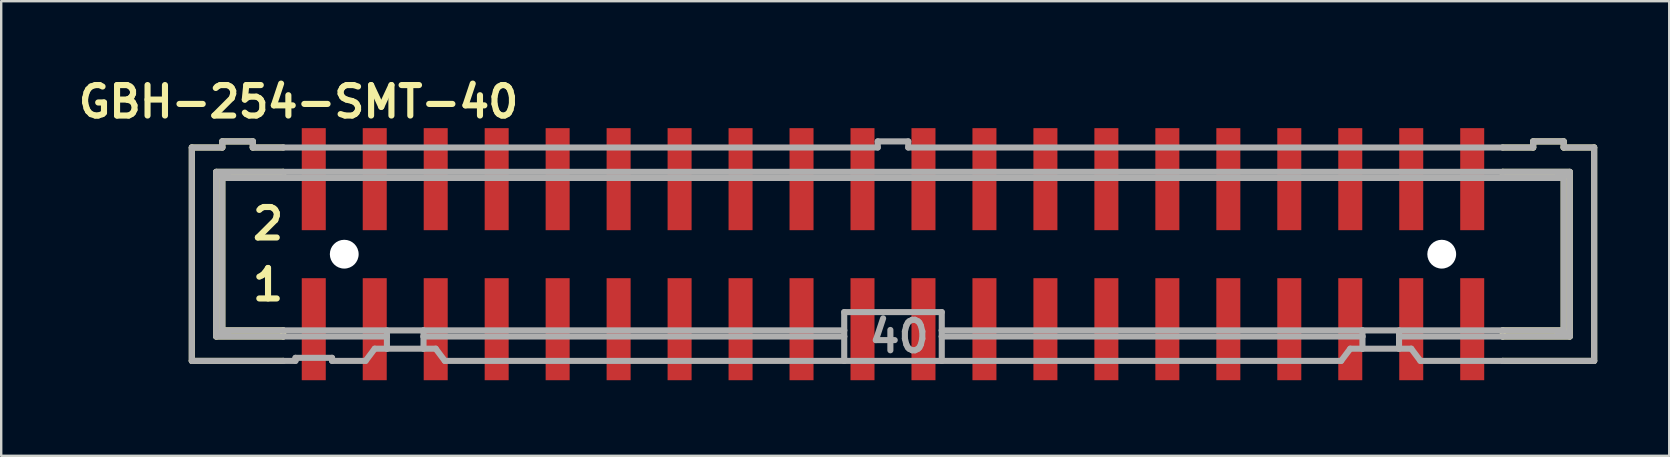
<source format=kicad_pcb>
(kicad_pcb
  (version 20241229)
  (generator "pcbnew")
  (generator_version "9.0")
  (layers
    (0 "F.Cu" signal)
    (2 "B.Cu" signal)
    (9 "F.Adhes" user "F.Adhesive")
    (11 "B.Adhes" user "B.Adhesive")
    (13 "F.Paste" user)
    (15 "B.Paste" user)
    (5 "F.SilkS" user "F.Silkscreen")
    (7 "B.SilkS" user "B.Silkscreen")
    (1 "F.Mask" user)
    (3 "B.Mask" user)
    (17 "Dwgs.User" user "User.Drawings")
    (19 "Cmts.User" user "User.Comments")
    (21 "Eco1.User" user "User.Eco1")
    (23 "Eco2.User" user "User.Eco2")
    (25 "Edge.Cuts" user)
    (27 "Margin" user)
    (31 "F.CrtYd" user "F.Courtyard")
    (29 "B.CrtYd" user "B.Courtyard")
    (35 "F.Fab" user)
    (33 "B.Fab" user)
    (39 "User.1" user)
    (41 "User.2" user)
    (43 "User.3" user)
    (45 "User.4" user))
  (footprint "GBH-254-SMT-40"
    (layer "F.Cu")
    (at 34.151 7.539)
    (property "Reference" "GBH-254-SMT-40" (at -24.765 -6.35 0) (layer "F.SilkS") (effects (font (size 1.27 1.27) (thickness 0.254))))
    (attr smd)
    (fp_line (start -29.21 -4.445) (end -29.21 4.445) (stroke (width 0.254) (type solid)) (layer "F.SilkS"))
    (fp_line (start -29.21 -4.445) (end -27.94 -4.445) (stroke (width 0.254) (type solid)) (layer "F.SilkS"))
    (fp_line (start -29.21 4.445) (end -25.4 4.445) (stroke (width 0.254) (type solid)) (layer "F.SilkS"))
    (fp_line (start -28.194 -3.429) (end -28.194 3.429) (stroke (width 0.254) (type solid)) (layer "F.SilkS"))
    (fp_line (start -28.194 3.429) (end -25.4 3.429) (stroke (width 0.254) (type solid)) (layer "F.SilkS"))
    (fp_line (start -28.1 -3.3) (end -27.7 -3.3) (stroke (width 0.254) (type solid)) (layer "F.SilkS"))
    (fp_line (start -28.1 3.3) (end -27.7 3.3) (stroke (width 0.254) (type solid)) (layer "F.SilkS"))
    (fp_line (start -27.94 -4.699) (end -27.94 -4.445) (stroke (width 0.254) (type solid)) (layer "F.SilkS"))
    (fp_line (start -27.94 -3.175) (end -27.94 3.175) (stroke (width 0.254) (type solid)) (layer "F.SilkS"))
    (fp_line (start -27.94 -3.175) (end -25.4 -3.175) (stroke (width 0.254) (type solid)) (layer "F.SilkS"))
    (fp_line (start -26.67 -4.699) (end -27.94 -4.699) (stroke (width 0.254) (type solid)) (layer "F.SilkS"))
    (fp_line (start -26.67 -4.699) (end -26.67 -4.445) (stroke (width 0.254) (type solid)) (layer "F.SilkS"))
    (fp_line (start -26.67 -4.445) (end -25.4 -4.445) (stroke (width 0.254) (type solid)) (layer "F.SilkS"))
    (fp_line (start -25.4 -3.429) (end -28.194 -3.429) (stroke (width 0.254) (type solid)) (layer "F.SilkS"))
    (fp_line (start -25.4 -3.429) (end -25.4 -3.175) (stroke (width 0.254) (type solid)) (layer "F.SilkS"))
    (fp_line (start -25.4 3.175) (end -27.94 3.175) (stroke (width 0.254) (type solid)) (layer "F.SilkS"))
    (fp_line (start -25.4 3.175) (end -25.4 3.429) (stroke (width 0.254) (type solid)) (layer "F.SilkS"))
    (fp_line (start 25.4 -4.445) (end 26.67 -4.445) (stroke (width 0.254) (type solid)) (layer "F.SilkS"))
    (fp_line (start 25.4 -3.429) (end 25.4 -3.175) (stroke (width 0.254) (type solid)) (layer "F.SilkS"))
    (fp_line (start 25.4 -3.175) (end 27.94 -3.175) (stroke (width 0.254) (type solid)) (layer "F.SilkS"))
    (fp_line (start 25.4 3.175) (end 25.4 3.429) (stroke (width 0.254) (type solid)) (layer "F.SilkS"))
    (fp_line (start 25.4 3.429) (end 28.194 3.429) (stroke (width 0.254) (type solid)) (layer "F.SilkS"))
    (fp_line (start 26.67 -4.445) (end 26.67 -4.699) (stroke (width 0.254) (type solid)) (layer "F.SilkS"))
    (fp_line (start 27.7 -3.3) (end 28.1 -3.3) (stroke (width 0.254) (type solid)) (layer "F.SilkS"))
    (fp_line (start 27.7 3.3) (end 28.1 3.3) (stroke (width 0.254) (type solid)) (layer "F.SilkS"))
    (fp_line (start 27.94 -4.699) (end 26.67 -4.699) (stroke (width 0.254) (type solid)) (layer "F.SilkS"))
    (fp_line (start 27.94 -4.445) (end 27.94 -4.699) (stroke (width 0.254) (type solid)) (layer "F.SilkS"))
    (fp_line (start 27.94 -4.445) (end 29.21 -4.445) (stroke (width 0.254) (type solid)) (layer "F.SilkS"))
    (fp_line (start 27.94 3.175) (end 25.4 3.175) (stroke (width 0.254) (type solid)) (layer "F.SilkS"))
    (fp_line (start 27.94 3.175) (end 27.94 -3.175) (stroke (width 0.254) (type solid)) (layer "F.SilkS"))
    (fp_line (start 28.194 -3.429) (end 25.4 -3.429) (stroke (width 0.254) (type solid)) (layer "F.SilkS"))
    (fp_line (start 28.194 3.429) (end 28.194 -3.429) (stroke (width 0.254) (type solid)) (layer "F.SilkS"))
    (fp_line (start 29.21 4.445) (end 25.4 4.445) (stroke (width 0.254) (type solid)) (layer "F.SilkS"))
    (fp_line (start 29.21 4.445) (end 29.21 -4.445) (stroke (width 0.254) (type solid)) (layer "F.SilkS"))
    (fp_line (start -29.21 -4.445) (end -29.21 4.445) (stroke (width 0.254) (type solid)) (layer "F.Fab"))
    (fp_line (start -29.21 -4.445) (end -27.94 -4.445) (stroke (width 0.254) (type solid)) (layer "F.Fab"))
    (fp_line (start -29.21 4.445) (end -25.4 4.445) (stroke (width 0.254) (type solid)) (layer "F.Fab"))
    (fp_line (start -28.194 -3.429) (end -28.194 3.429) (stroke (width 0.254) (type solid)) (layer "F.Fab"))
    (fp_line (start -28.194 3.429) (end -25.4 3.429) (stroke (width 0.254) (type solid)) (layer "F.Fab"))
    (fp_line (start -28.1 -3.3) (end -27.7 -3.3) (stroke (width 0.254) (type solid)) (layer "F.Fab"))
    (fp_line (start -28.1 3.3) (end -27.7 3.3) (stroke (width 0.254) (type solid)) (layer "F.Fab"))
    (fp_line (start -27.94 -4.699) (end -27.94 -4.445) (stroke (width 0.254) (type solid)) (layer "F.Fab"))
    (fp_line (start -27.94 -3.175) (end -27.94 3.175) (stroke (width 0.254) (type solid)) (layer "F.Fab"))
    (fp_line (start -27.94 -3.175) (end -25.4 -3.175) (stroke (width 0.254) (type solid)) (layer "F.Fab"))
    (fp_line (start -26.67 -4.699) (end -27.94 -4.699) (stroke (width 0.254) (type solid)) (layer "F.Fab"))
    (fp_line (start -26.67 -4.699) (end -26.67 -4.445) (stroke (width 0.254) (type solid)) (layer "F.Fab"))
    (fp_line (start -26.67 -4.445) (end -25.4 -4.445) (stroke (width 0.254) (type solid)) (layer "F.Fab"))
    (fp_line (start -25.4 -4.445) (end -0.635 -4.445) (stroke (width 0.254) (type solid)) (layer "F.Fab"))
    (fp_line (start -25.4 -3.429) (end -28.194 -3.429) (stroke (width 0.254) (type solid)) (layer "F.Fab"))
    (fp_line (start -25.4 -3.175) (end 25.4 -3.175) (stroke (width 0.254) (type solid)) (layer "F.Fab"))
    (fp_line (start -25.4 3.175) (end -27.94 3.175) (stroke (width 0.254) (type solid)) (layer "F.Fab"))
    (fp_line (start -25.4 3.429) (end -21.082 3.429) (stroke (width 0.254) (type solid)) (layer "F.Fab"))
    (fp_line (start -25.4 4.445) (end -24.892 4.445) (stroke (width 0.254) (type solid)) (layer "F.Fab"))
    (fp_line (start -24.892 4.318) (end -24.892 4.445) (stroke (width 0.254) (type solid)) (layer "F.Fab"))
    (fp_line (start -24.892 4.318) (end -23.368 4.318) (stroke (width 0.254) (type solid)) (layer "F.Fab"))
    (fp_line (start -23.368 4.445) (end -23.368 4.318) (stroke (width 0.254) (type solid)) (layer "F.Fab"))
    (fp_line (start -23.368 4.445) (end -21.971 4.445) (stroke (width 0.254) (type solid)) (layer "F.Fab"))
    (fp_line (start -21.971 4.445) (end -21.59 3.937) (stroke (width 0.254) (type solid)) (layer "F.Fab"))
    (fp_line (start -21.082 3.175) (end -21.082 3.429) (stroke (width 0.254) (type solid)) (layer "F.Fab"))
    (fp_line (start -21.082 3.429) (end -21.082 3.937) (stroke (width 0.254) (type solid)) (layer "F.Fab"))
    (fp_line (start -21.082 3.937) (end -21.59 3.937) (stroke (width 0.254) (type solid)) (layer "F.Fab"))
    (fp_line (start -19.558 3.175) (end -25.4 3.175) (stroke (width 0.254) (type solid)) (layer "F.Fab"))
    (fp_line (start -19.558 3.175) (end -19.558 3.429) (stroke (width 0.254) (type solid)) (layer "F.Fab"))
    (fp_line (start -19.558 3.429) (end -19.558 3.937) (stroke (width 0.254) (type solid)) (layer "F.Fab"))
    (fp_line (start -19.558 3.429) (end -2.032 3.429) (stroke (width 0.254) (type solid)) (layer "F.Fab"))
    (fp_line (start -19.558 3.937) (end -21.082 3.937) (stroke (width 0.254) (type solid)) (layer "F.Fab"))
    (fp_line (start -19.05 3.937) (end -19.558 3.937) (stroke (width 0.254) (type solid)) (layer "F.Fab"))
    (fp_line (start -19.05 3.937) (end -18.669 4.445) (stroke (width 0.254) (type solid)) (layer "F.Fab"))
    (fp_line (start -18.669 4.445) (end -2.032 4.445) (stroke (width 0.254) (type solid)) (layer "F.Fab"))
    (fp_line (start -2.032 3.175) (end -19.558 3.175) (stroke (width 0.254) (type solid)) (layer "F.Fab"))
    (fp_line (start -2.032 3.175) (end -2.032 2.413) (stroke (width 0.254) (type solid)) (layer "F.Fab"))
    (fp_line (start -2.032 3.175) (end -2.032 3.429) (stroke (width 0.254) (type solid)) (layer "F.Fab"))
    (fp_line (start -2.032 3.429) (end -2.032 4.445) (stroke (width 0.254) (type solid)) (layer "F.Fab"))
    (fp_line (start -0.635 -4.699) (end -0.635 -4.445) (stroke (width 0.254) (type solid)) (layer "F.Fab"))
    (fp_line (start 0.635 -4.699) (end -0.635 -4.699) (stroke (width 0.254) (type solid)) (layer "F.Fab"))
    (fp_line (start 0.635 -4.699) (end 0.635 -4.445) (stroke (width 0.254) (type solid)) (layer "F.Fab"))
    (fp_line (start 0.635 -4.445) (end 25.4 -4.445) (stroke (width 0.254) (type solid)) (layer "F.Fab"))
    (fp_line (start 2.032 2.413) (end -2.032 2.413) (stroke (width 0.254) (type solid)) (layer "F.Fab"))
    (fp_line (start 2.032 2.413) (end 2.032 3.175) (stroke (width 0.254) (type solid)) (layer "F.Fab"))
    (fp_line (start 2.032 3.175) (end 2.032 3.429) (stroke (width 0.254) (type solid)) (layer "F.Fab"))
    (fp_line (start 2.032 3.429) (end 2.032 4.445) (stroke (width 0.254) (type solid)) (layer "F.Fab"))
    (fp_line (start 2.032 4.445) (end -2.032 4.445) (stroke (width 0.254) (type solid)) (layer "F.Fab"))
    (fp_line (start 18.669 4.445) (end 2.032 4.445) (stroke (width 0.254) (type solid)) (layer "F.Fab"))
    (fp_line (start 18.669 4.445) (end 19.05 3.937) (stroke (width 0.254) (type solid)) (layer "F.Fab"))
    (fp_line (start 19.558 3.175) (end 2.032 3.175) (stroke (width 0.254) (type solid)) (layer "F.Fab"))
    (fp_line (start 19.558 3.175) (end 19.558 3.429) (stroke (width 0.254) (type solid)) (layer "F.Fab"))
    (fp_line (start 19.558 3.429) (end 2.032 3.429) (stroke (width 0.254) (type solid)) (layer "F.Fab"))
    (fp_line (start 19.558 3.429) (end 19.558 3.937) (stroke (width 0.254) (type solid)) (layer "F.Fab"))
    (fp_line (start 19.558 3.937) (end 19.05 3.937) (stroke (width 0.254) (type solid)) (layer "F.Fab"))
    (fp_line (start 21.082 3.175) (end 21.082 3.429) (stroke (width 0.254) (type solid)) (layer "F.Fab"))
    (fp_line (start 21.082 3.429) (end 21.082 3.937) (stroke (width 0.254) (type solid)) (layer "F.Fab"))
    (fp_line (start 21.082 3.429) (end 25.4 3.429) (stroke (width 0.254) (type solid)) (layer "F.Fab"))
    (fp_line (start 21.082 3.937) (end 19.558 3.937) (stroke (width 0.254) (type solid)) (layer "F.Fab"))
    (fp_line (start 21.59 3.937) (end 21.082 3.937) (stroke (width 0.254) (type solid)) (layer "F.Fab"))
    (fp_line (start 21.59 3.937) (end 21.971 4.445) (stroke (width 0.254) (type solid)) (layer "F.Fab"))
    (fp_line (start 25.4 -4.445) (end 26.67 -4.445) (stroke (width 0.254) (type solid)) (layer "F.Fab"))
    (fp_line (start 25.4 -3.429) (end -25.4 -3.429) (stroke (width 0.254) (type solid)) (layer "F.Fab"))
    (fp_line (start 25.4 -3.175) (end 27.94 -3.175) (stroke (width 0.254) (type solid)) (layer "F.Fab"))
    (fp_line (start 25.4 3.175) (end 19.558 3.175) (stroke (width 0.254) (type solid)) (layer "F.Fab"))
    (fp_line (start 25.4 3.429) (end 28.194 3.429) (stroke (width 0.254) (type solid)) (layer "F.Fab"))
    (fp_line (start 25.4 4.445) (end 21.971 4.445) (stroke (width 0.254) (type solid)) (layer "F.Fab"))
    (fp_line (start 26.67 -4.445) (end 26.67 -4.699) (stroke (width 0.254) (type solid)) (layer "F.Fab"))
    (fp_line (start 27.7 -3.3) (end 28.1 -3.3) (stroke (width 0.254) (type solid)) (layer "F.Fab"))
    (fp_line (start 27.7 3.3) (end 28.1 3.3) (stroke (width 0.254) (type solid)) (layer "F.Fab"))
    (fp_line (start 27.94 -4.699) (end 26.67 -4.699) (stroke (width 0.254) (type solid)) (layer "F.Fab"))
    (fp_line (start 27.94 -4.445) (end 27.94 -4.699) (stroke (width 0.254) (type solid)) (layer "F.Fab"))
    (fp_line (start 27.94 -4.445) (end 29.21 -4.445) (stroke (width 0.254) (type solid)) (layer "F.Fab"))
    (fp_line (start 27.94 3.175) (end 25.4 3.175) (stroke (width 0.254) (type solid)) (layer "F.Fab"))
    (fp_line (start 27.94 3.175) (end 27.94 -3.175) (stroke (width 0.254) (type solid)) (layer "F.Fab"))
    (fp_line (start 28.194 -3.429) (end 25.4 -3.429) (stroke (width 0.254) (type solid)) (layer "F.Fab"))
    (fp_line (start 28.194 3.429) (end 28.194 -3.429) (stroke (width 0.254) (type solid)) (layer "F.Fab"))
    (fp_line (start 29.21 4.445) (end 25.4 4.445) (stroke (width 0.254) (type solid)) (layer "F.Fab"))
    (fp_line (start 29.21 4.445) (end 29.21 -4.445) (stroke (width 0.254) (type solid)) (layer "F.Fab"))
    (fp_text user "2" (at -26.035 -1.27 0) (layer "F.SilkS") (effects (font (size 1.27 1.27) (thickness 0.254))))
    (fp_text user "1" (at -26.035 1.27 0) (layer "F.SilkS") (effects (font (size 1.27 1.27) (thickness 0.254))))
    (fp_text user "40" (at 0.254 3.429 0) (layer "F.Fab") (effects (font (size 1.27 1.27) (thickness 0.254))))
    (pad "" smd rect (at -24.13 -3.125) (size 1.7 4.55) (layers "F.Paste"))
    (pad "" smd rect (at -24.13 3.125) (size 1.7 4.55) (layers "F.Paste"))
    (pad "" np_thru_hole circle (at -22.86 0) (size 1.2 1.2) (drill 1.2) (layers "*.Cu" "*.Mask"))
    (pad "" smd rect (at -21.59 -3.125) (size 1.7 4.55) (layers "F.Paste"))
    (pad "" smd rect (at -21.59 3.125) (size 1.7 4.55) (layers "F.Paste"))
    (pad "" smd rect (at -19.05 -3.125) (size 1.7 4.55) (layers "F.Paste"))
    (pad "" smd rect (at -19.05 3.125) (size 1.7 4.55) (layers "F.Paste"))
    (pad "" smd rect (at -16.51 -3.125) (size 1.7 4.55) (layers "F.Paste"))
    (pad "" smd rect (at -16.51 3.125) (size 1.7 4.55) (layers "F.Paste"))
    (pad "" smd rect (at -13.97 -3.125) (size 1.7 4.55) (layers "F.Paste"))
    (pad "" smd rect (at -13.97 3.125) (size 1.7 4.55) (layers "F.Paste"))
    (pad "" smd rect (at -11.43 -3.125) (size 1.7 4.55) (layers "F.Paste"))
    (pad "" smd rect (at -11.43 3.125) (size 1.7 4.55) (layers "F.Paste"))
    (pad "" smd rect (at -8.89 -3.125) (size 1.7 4.55) (layers "F.Paste"))
    (pad "" smd rect (at -8.89 3.125) (size 1.7 4.55) (layers "F.Paste"))
    (pad "" smd rect (at -6.35 -3.125) (size 1.7 4.55) (layers "F.Paste"))
    (pad "" smd rect (at -6.35 3.125) (size 1.7 4.55) (layers "F.Paste"))
    (pad "" smd rect (at -3.81 -3.125) (size 1.7 4.55) (layers "F.Paste"))
    (pad "" smd rect (at -3.81 3.125) (size 1.7 4.55) (layers "F.Paste"))
    (pad "" smd rect (at -1.27 -3.125) (size 1.7 4.55) (layers "F.Paste"))
    (pad "" smd rect (at -1.27 3.125) (size 1.7 4.55) (layers "F.Paste"))
    (pad "" smd rect (at 1.27 -3.125) (size 1.7 4.55) (layers "F.Paste"))
    (pad "" smd rect (at 1.27 3.125) (size 1.7 4.55) (layers "F.Paste"))
    (pad "" smd rect (at 3.81 -3.125) (size 1.7 4.55) (layers "F.Paste"))
    (pad "" smd rect (at 3.81 3.125) (size 1.7 4.55) (layers "F.Paste"))
    (pad "" smd rect (at 6.35 -3.125) (size 1.7 4.55) (layers "F.Paste"))
    (pad "" smd rect (at 6.35 3.125) (size 1.7 4.55) (layers "F.Paste"))
    (pad "" smd rect (at 8.89 -3.125) (size 1.7 4.55) (layers "F.Paste"))
    (pad "" smd rect (at 8.89 3.125) (size 1.7 4.55) (layers "F.Paste"))
    (pad "" smd rect (at 11.43 -3.125) (size 1.7 4.55) (layers "F.Paste"))
    (pad "" smd rect (at 11.43 3.125) (size 1.7 4.55) (layers "F.Paste"))
    (pad "" smd rect (at 13.97 -3.125) (size 1.7 4.55) (layers "F.Paste"))
    (pad "" smd rect (at 13.97 3.125) (size 1.7 4.55) (layers "F.Paste"))
    (pad "" smd rect (at 16.51 -3.125) (size 1.7 4.55) (layers "F.Paste"))
    (pad "" smd rect (at 16.51 3.125) (size 1.7 4.55) (layers "F.Paste"))
    (pad "" smd rect (at 19.05 -3.125) (size 1.7 4.55) (layers "F.Paste"))
    (pad "" smd rect (at 19.05 3.125) (size 1.7 4.55) (layers "F.Paste"))
    (pad "" smd rect (at 21.59 -3.125) (size 1.7 4.55) (layers "F.Paste"))
    (pad "" smd rect (at 21.59 3.125) (size 1.7 4.55) (layers "F.Paste"))
    (pad "" np_thru_hole circle (at 22.86 0) (size 1.2 1.2) (drill 1.2) (layers "*.Cu" "*.Mask"))
    (pad "" smd rect (at 24.13 -3.125) (size 1.7 4.55) (layers "F.Paste"))
    (pad "" smd rect (at 24.13 3.125) (size 1.7 4.55) (layers "F.Paste"))
    (pad "1" smd rect (at -24.13 3.125 90) (size 4.25 1) (layers "F.Cu" "F.Mask"))
    (pad "2" smd rect (at -24.13 -3.125 90) (size 4.25 1) (layers "F.Cu" "F.Mask"))
    (pad "3" smd rect (at -21.59 3.125 90) (size 4.25 1) (layers "F.Cu" "F.Mask"))
    (pad "4" smd rect (at -21.59 -3.125 90) (size 4.25 1) (layers "F.Cu" "F.Mask"))
    (pad "5" smd rect (at -19.05 3.125 90) (size 4.25 1) (layers "F.Cu" "F.Mask"))
    (pad "6" smd rect (at -19.05 -3.125 90) (size 4.25 1) (layers "F.Cu" "F.Mask"))
    (pad "7" smd rect (at -16.51 3.125 90) (size 4.25 1) (layers "F.Cu" "F.Mask"))
    (pad "8" smd rect (at -16.51 -3.125 90) (size 4.25 1) (layers "F.Cu" "F.Mask"))
    (pad "9" smd rect (at -13.97 3.125 90) (size 4.25 1) (layers "F.Cu" "F.Mask"))
    (pad "10" smd rect (at -13.97 -3.125 90) (size 4.25 1) (layers "F.Cu" "F.Mask"))
    (pad "11" smd rect (at -11.43 3.125 90) (size 4.25 1) (layers "F.Cu" "F.Mask"))
    (pad "12" smd rect (at -11.43 -3.125 90) (size 4.25 1) (layers "F.Cu" "F.Mask"))
    (pad "13" smd rect (at -8.89 3.125 90) (size 4.25 1) (layers "F.Cu" "F.Mask"))
    (pad "14" smd rect (at -8.89 -3.125 90) (size 4.25 1) (layers "F.Cu" "F.Mask"))
    (pad "15" smd rect (at -6.35 3.125 90) (size 4.25 1) (layers "F.Cu" "F.Mask"))
    (pad "16" smd rect (at -6.35 -3.125 90) (size 4.25 1) (layers "F.Cu" "F.Mask"))
    (pad "17" smd rect (at -3.81 3.125 90) (size 4.25 1) (layers "F.Cu" "F.Mask"))
    (pad "18" smd rect (at -3.81 -3.125 90) (size 4.25 1) (layers "F.Cu" "F.Mask"))
    (pad "19" smd rect (at -1.27 3.125 90) (size 4.25 1) (layers "F.Cu" "F.Mask"))
    (pad "20" smd rect (at -1.27 -3.125 90) (size 4.25 1) (layers "F.Cu" "F.Mask"))
    (pad "21" smd rect (at 1.27 3.125 270) (size 4.25 1) (layers "F.Cu" "F.Mask"))
    (pad "22" smd rect (at 1.27 -3.125 90) (size 4.25 1) (layers "F.Cu" "F.Mask"))
    (pad "23" smd rect (at 3.81 3.125 270) (size 4.25 1) (layers "F.Cu" "F.Mask"))
    (pad "24" smd rect (at 3.81 -3.125 90) (size 4.25 1) (layers "F.Cu" "F.Mask"))
    (pad "25" smd rect (at 6.35 3.125 270) (size 4.25 1) (layers "F.Cu" "F.Mask"))
    (pad "26" smd rect (at 6.35 -3.125 90) (size 4.25 1) (layers "F.Cu" "F.Mask"))
    (pad "27" smd rect (at 8.89 3.125 270) (size 4.25 1) (layers "F.Cu" "F.Mask"))
    (pad "28" smd rect (at 8.89 -3.125 90) (size 4.25 1) (layers "F.Cu" "F.Mask"))
    (pad "29" smd rect (at 11.43 3.125 270) (size 4.25 1) (layers "F.Cu" "F.Mask"))
    (pad "30" smd rect (at 11.43 -3.125 90) (size 4.25 1) (layers "F.Cu" "F.Mask"))
    (pad "31" smd rect (at 13.97 3.125 270) (size 4.25 1) (layers "F.Cu" "F.Mask"))
    (pad "32" smd rect (at 13.97 -3.125 90) (size 4.25 1) (layers "F.Cu" "F.Mask"))
    (pad "33" smd rect (at 16.51 3.125 270) (size 4.25 1) (layers "F.Cu" "F.Mask"))
    (pad "34" smd rect (at 16.51 -3.125 90) (size 4.25 1) (layers "F.Cu" "F.Mask"))
    (pad "35" smd rect (at 19.05 3.125 270) (size 4.25 1) (layers "F.Cu" "F.Mask"))
    (pad "36" smd rect (at 19.05 -3.125 90) (size 4.25 1) (layers "F.Cu" "F.Mask"))
    (pad "37" smd rect (at 21.59 3.125 270) (size 4.25 1) (layers "F.Cu" "F.Mask"))
    (pad "38" smd rect (at 21.59 -3.125 90) (size 4.25 1) (layers "F.Cu" "F.Mask"))
    (pad "39" smd rect (at 24.13 3.125 270) (size 4.25 1) (layers "F.Cu" "F.Mask"))
    (pad "40" smd rect (at 24.13 -3.125 90) (size 4.25 1) (layers "F.Cu" "F.Mask")))
  (gr_rect
    (start -3 -3)
    (end 66.488 15.939)
    (stroke (width 0.1) (type default))
    (fill no)
    (layer "Edge.Cuts")))
</source>
